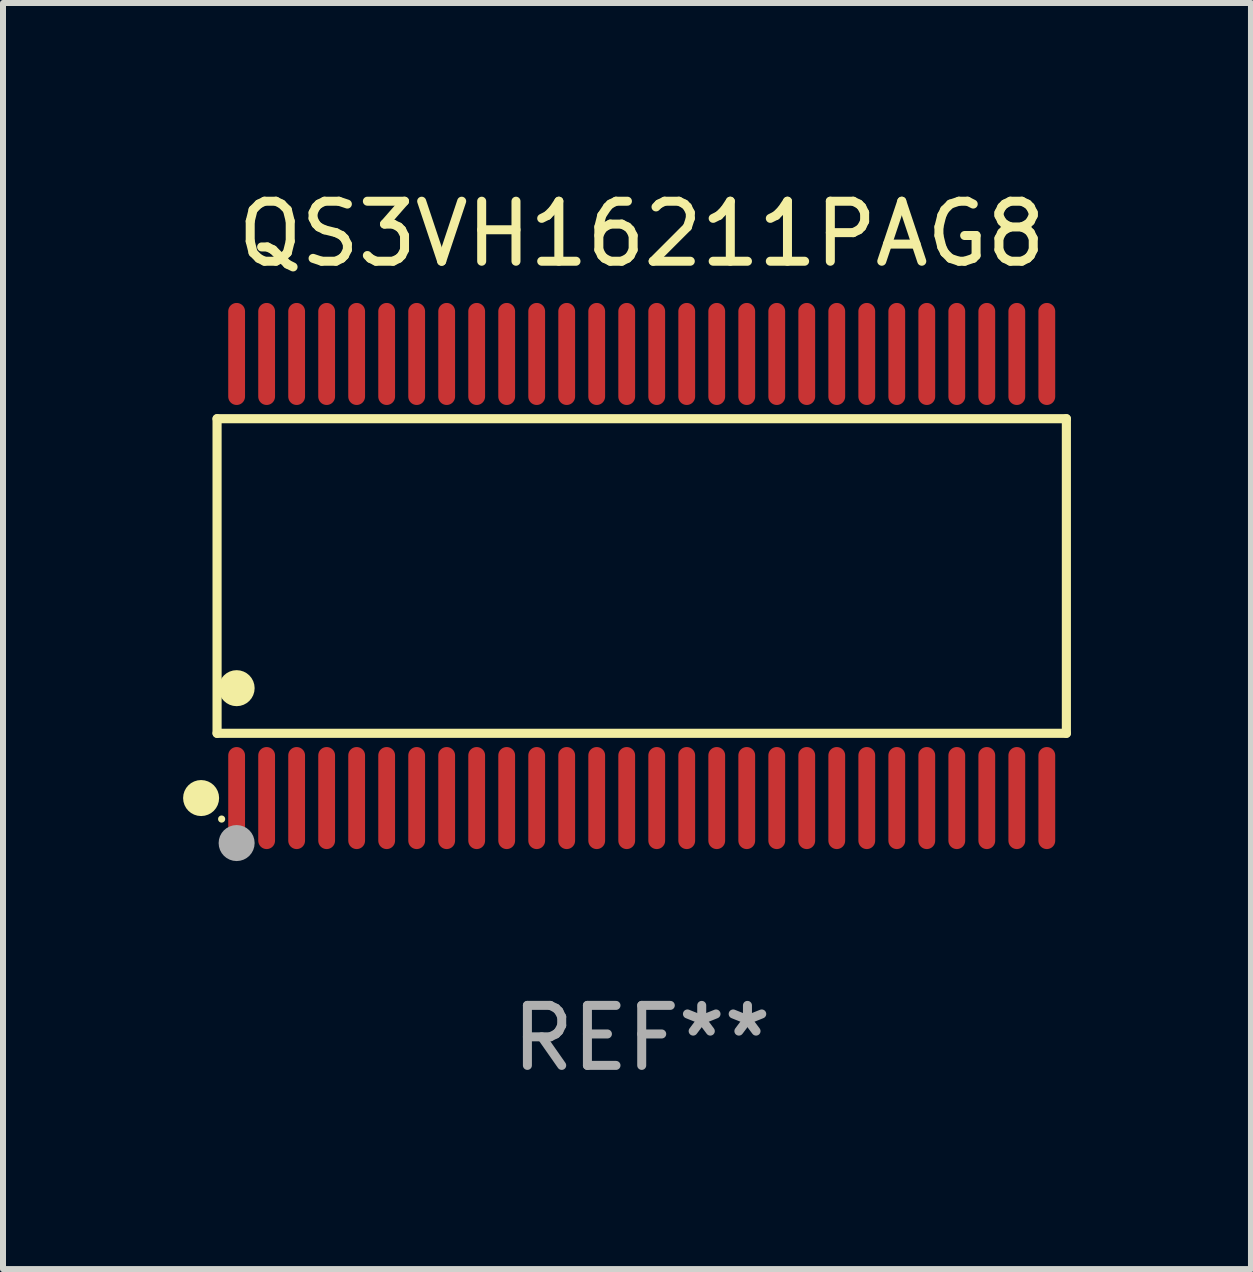
<source format=kicad_pcb>
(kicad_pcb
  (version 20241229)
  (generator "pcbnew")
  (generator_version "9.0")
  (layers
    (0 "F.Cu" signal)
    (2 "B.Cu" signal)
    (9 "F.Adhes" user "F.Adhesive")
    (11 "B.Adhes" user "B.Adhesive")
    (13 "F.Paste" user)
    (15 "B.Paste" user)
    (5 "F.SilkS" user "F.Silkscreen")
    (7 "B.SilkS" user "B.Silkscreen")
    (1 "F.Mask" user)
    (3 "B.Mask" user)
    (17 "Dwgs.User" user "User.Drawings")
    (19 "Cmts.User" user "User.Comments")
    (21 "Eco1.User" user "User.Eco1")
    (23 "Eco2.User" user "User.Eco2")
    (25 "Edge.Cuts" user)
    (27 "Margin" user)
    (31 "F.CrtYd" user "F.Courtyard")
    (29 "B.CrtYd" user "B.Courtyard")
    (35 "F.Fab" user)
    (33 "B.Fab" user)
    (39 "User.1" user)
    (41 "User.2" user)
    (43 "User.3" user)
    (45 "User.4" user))
  (footprint "QS3VH16211PAG8"
    (layer "F.Cu")
    (at 7.643 6.548)
    (property "Reference" "QS3VH16211PAG8" (at 0 -5.7 0) (layer "F.SilkS") (effects (font (size 1 1) (thickness 0.15))))
    (attr through_hole)
    (fp_line (start -7.076 -2.621) (end 7.076 -2.621) (stroke (width 0.152) (type solid)) (layer "F.SilkS"))
    (fp_line (start -7.076 2.621) (end -7.076 -2.621) (stroke (width 0.152) (type solid)) (layer "F.SilkS"))
    (fp_line (start 7.076 -2.621) (end 7.076 2.621) (stroke (width 0.152) (type solid)) (layer "F.SilkS"))
    (fp_line (start 7.076 2.621) (end -7.076 2.621) (stroke (width 0.152) (type solid)) (layer "F.SilkS"))
    (fp_circle (center -7.342 3.7) (end -7.192 3.7) (stroke (width 0.3) (type solid)) (fill no) (layer "F.SilkS"))
    (fp_circle (center -7 4.05) (end -6.97 4.05) (stroke (width 0.06) (type solid)) (fill no) (layer "F.SilkS"))
    (fp_circle (center -6.75 1.869) (end -6.6 1.869) (stroke (width 0.3) (type solid)) (fill no) (layer "F.SilkS"))
    (fp_circle (center -6.75 4.45) (end -6.6 4.45) (stroke (width 0.3) (type solid)) (fill no) (layer "F.Fab"))
    (fp_text user "REF**" (at 0 7.7 0) (layer "F.Fab") (effects (font (size 1 1) (thickness 0.15))))
    (pad "1" smd oval (at -6.75 3.7) (size 0.28 1.7) (layers "F.Cu" "F.Mask" "F.Paste"))
    (pad "2" smd oval (at -6.25 3.7) (size 0.28 1.7) (layers "F.Cu" "F.Mask" "F.Paste"))
    (pad "3" smd oval (at -5.75 3.7) (size 0.28 1.7) (layers "F.Cu" "F.Mask" "F.Paste"))
    (pad "4" smd oval (at -5.25 3.7) (size 0.28 1.7) (layers "F.Cu" "F.Mask" "F.Paste"))
    (pad "5" smd oval (at -4.75 3.7) (size 0.28 1.7) (layers "F.Cu" "F.Mask" "F.Paste"))
    (pad "6" smd oval (at -4.25 3.7) (size 0.28 1.7) (layers "F.Cu" "F.Mask" "F.Paste"))
    (pad "7" smd oval (at -3.75 3.7) (size 0.28 1.7) (layers "F.Cu" "F.Mask" "F.Paste"))
    (pad "8" smd oval (at -3.25 3.7) (size 0.28 1.7) (layers "F.Cu" "F.Mask" "F.Paste"))
    (pad "9" smd oval (at -2.75 3.7) (size 0.28 1.7) (layers "F.Cu" "F.Mask" "F.Paste"))
    (pad "10" smd oval (at -2.25 3.7) (size 0.28 1.7) (layers "F.Cu" "F.Mask" "F.Paste"))
    (pad "11" smd oval (at -1.75 3.7) (size 0.28 1.7) (layers "F.Cu" "F.Mask" "F.Paste"))
    (pad "12" smd oval (at -1.25 3.7) (size 0.28 1.7) (layers "F.Cu" "F.Mask" "F.Paste"))
    (pad "13" smd oval (at -0.75 3.7) (size 0.28 1.7) (layers "F.Cu" "F.Mask" "F.Paste"))
    (pad "14" smd oval (at -0.25 3.7) (size 0.28 1.7) (layers "F.Cu" "F.Mask" "F.Paste"))
    (pad "15" smd oval (at 0.25 3.7) (size 0.28 1.7) (layers "F.Cu" "F.Mask" "F.Paste"))
    (pad "16" smd oval (at 0.75 3.7) (size 0.28 1.7) (layers "F.Cu" "F.Mask" "F.Paste"))
    (pad "17" smd oval (at 1.25 3.7) (size 0.28 1.7) (layers "F.Cu" "F.Mask" "F.Paste"))
    (pad "18" smd oval (at 1.75 3.7) (size 0.28 1.7) (layers "F.Cu" "F.Mask" "F.Paste"))
    (pad "19" smd oval (at 2.25 3.7) (size 0.28 1.7) (layers "F.Cu" "F.Mask" "F.Paste"))
    (pad "20" smd oval (at 2.75 3.7) (size 0.28 1.7) (layers "F.Cu" "F.Mask" "F.Paste"))
    (pad "21" smd oval (at 3.25 3.7) (size 0.28 1.7) (layers "F.Cu" "F.Mask" "F.Paste"))
    (pad "22" smd oval (at 3.75 3.7) (size 0.28 1.7) (layers "F.Cu" "F.Mask" "F.Paste"))
    (pad "23" smd oval (at 4.25 3.7) (size 0.28 1.7) (layers "F.Cu" "F.Mask" "F.Paste"))
    (pad "24" smd oval (at 4.75 3.7) (size 0.28 1.7) (layers "F.Cu" "F.Mask" "F.Paste"))
    (pad "25" smd oval (at 5.25 3.7) (size 0.28 1.7) (layers "F.Cu" "F.Mask" "F.Paste"))
    (pad "26" smd oval (at 5.75 3.7) (size 0.28 1.7) (layers "F.Cu" "F.Mask" "F.Paste"))
    (pad "27" smd oval (at 6.25 3.7) (size 0.28 1.7) (layers "F.Cu" "F.Mask" "F.Paste"))
    (pad "28" smd oval (at 6.75 3.7) (size 0.28 1.7) (layers "F.Cu" "F.Mask" "F.Paste"))
    (pad "29" smd oval (at 6.75 -3.7) (size 0.28 1.7) (layers "F.Cu" "F.Mask" "F.Paste"))
    (pad "30" smd oval (at 6.25 -3.7) (size 0.28 1.7) (layers "F.Cu" "F.Mask" "F.Paste"))
    (pad "31" smd oval (at 5.75 -3.7) (size 0.28 1.7) (layers "F.Cu" "F.Mask" "F.Paste"))
    (pad "32" smd oval (at 5.25 -3.7) (size 0.28 1.7) (layers "F.Cu" "F.Mask" "F.Paste"))
    (pad "33" smd oval (at 4.75 -3.7) (size 0.28 1.7) (layers "F.Cu" "F.Mask" "F.Paste"))
    (pad "34" smd oval (at 4.25 -3.7) (size 0.28 1.7) (layers "F.Cu" "F.Mask" "F.Paste"))
    (pad "35" smd oval (at 3.75 -3.7) (size 0.28 1.7) (layers "F.Cu" "F.Mask" "F.Paste"))
    (pad "36" smd oval (at 3.25 -3.7) (size 0.28 1.7) (layers "F.Cu" "F.Mask" "F.Paste"))
    (pad "37" smd oval (at 2.75 -3.7) (size 0.28 1.7) (layers "F.Cu" "F.Mask" "F.Paste"))
    (pad "38" smd oval (at 2.25 -3.7) (size 0.28 1.7) (layers "F.Cu" "F.Mask" "F.Paste"))
    (pad "39" smd oval (at 1.75 -3.7) (size 0.28 1.7) (layers "F.Cu" "F.Mask" "F.Paste"))
    (pad "40" smd oval (at 1.25 -3.7) (size 0.28 1.7) (layers "F.Cu" "F.Mask" "F.Paste"))
    (pad "41" smd oval (at 0.75 -3.7) (size 0.28 1.7) (layers "F.Cu" "F.Mask" "F.Paste"))
    (pad "42" smd oval (at 0.25 -3.7) (size 0.28 1.7) (layers "F.Cu" "F.Mask" "F.Paste"))
    (pad "43" smd oval (at -0.25 -3.7) (size 0.28 1.7) (layers "F.Cu" "F.Mask" "F.Paste"))
    (pad "44" smd oval (at -0.75 -3.7) (size 0.28 1.7) (layers "F.Cu" "F.Mask" "F.Paste"))
    (pad "45" smd oval (at -1.25 -3.7) (size 0.28 1.7) (layers "F.Cu" "F.Mask" "F.Paste"))
    (pad "46" smd oval (at -1.75 -3.7) (size 0.28 1.7) (layers "F.Cu" "F.Mask" "F.Paste"))
    (pad "47" smd oval (at -2.25 -3.7) (size 0.28 1.7) (layers "F.Cu" "F.Mask" "F.Paste"))
    (pad "48" smd oval (at -2.75 -3.7) (size 0.28 1.7) (layers "F.Cu" "F.Mask" "F.Paste"))
    (pad "49" smd oval (at -3.25 -3.7) (size 0.28 1.7) (layers "F.Cu" "F.Mask" "F.Paste"))
    (pad "50" smd oval (at -3.75 -3.7) (size 0.28 1.7) (layers "F.Cu" "F.Mask" "F.Paste"))
    (pad "51" smd oval (at -4.25 -3.7) (size 0.28 1.7) (layers "F.Cu" "F.Mask" "F.Paste"))
    (pad "52" smd oval (at -4.75 -3.7) (size 0.28 1.7) (layers "F.Cu" "F.Mask" "F.Paste"))
    (pad "53" smd oval (at -5.25 -3.7) (size 0.28 1.7) (layers "F.Cu" "F.Mask" "F.Paste"))
    (pad "54" smd oval (at -5.75 -3.7) (size 0.28 1.7) (layers "F.Cu" "F.Mask" "F.Paste"))
    (pad "55" smd oval (at -6.25 -3.7) (size 0.28 1.7) (layers "F.Cu" "F.Mask" "F.Paste"))
    (pad "56" smd oval (at -6.75 -3.7) (size 0.28 1.7) (layers "F.Cu" "F.Mask" "F.Paste")))
  (gr_rect
    (start -3 -3)
    (end 17.795 18.097)
    (stroke (width 0.1) (type default))
    (fill no)
    (layer "Edge.Cuts")))
</source>
